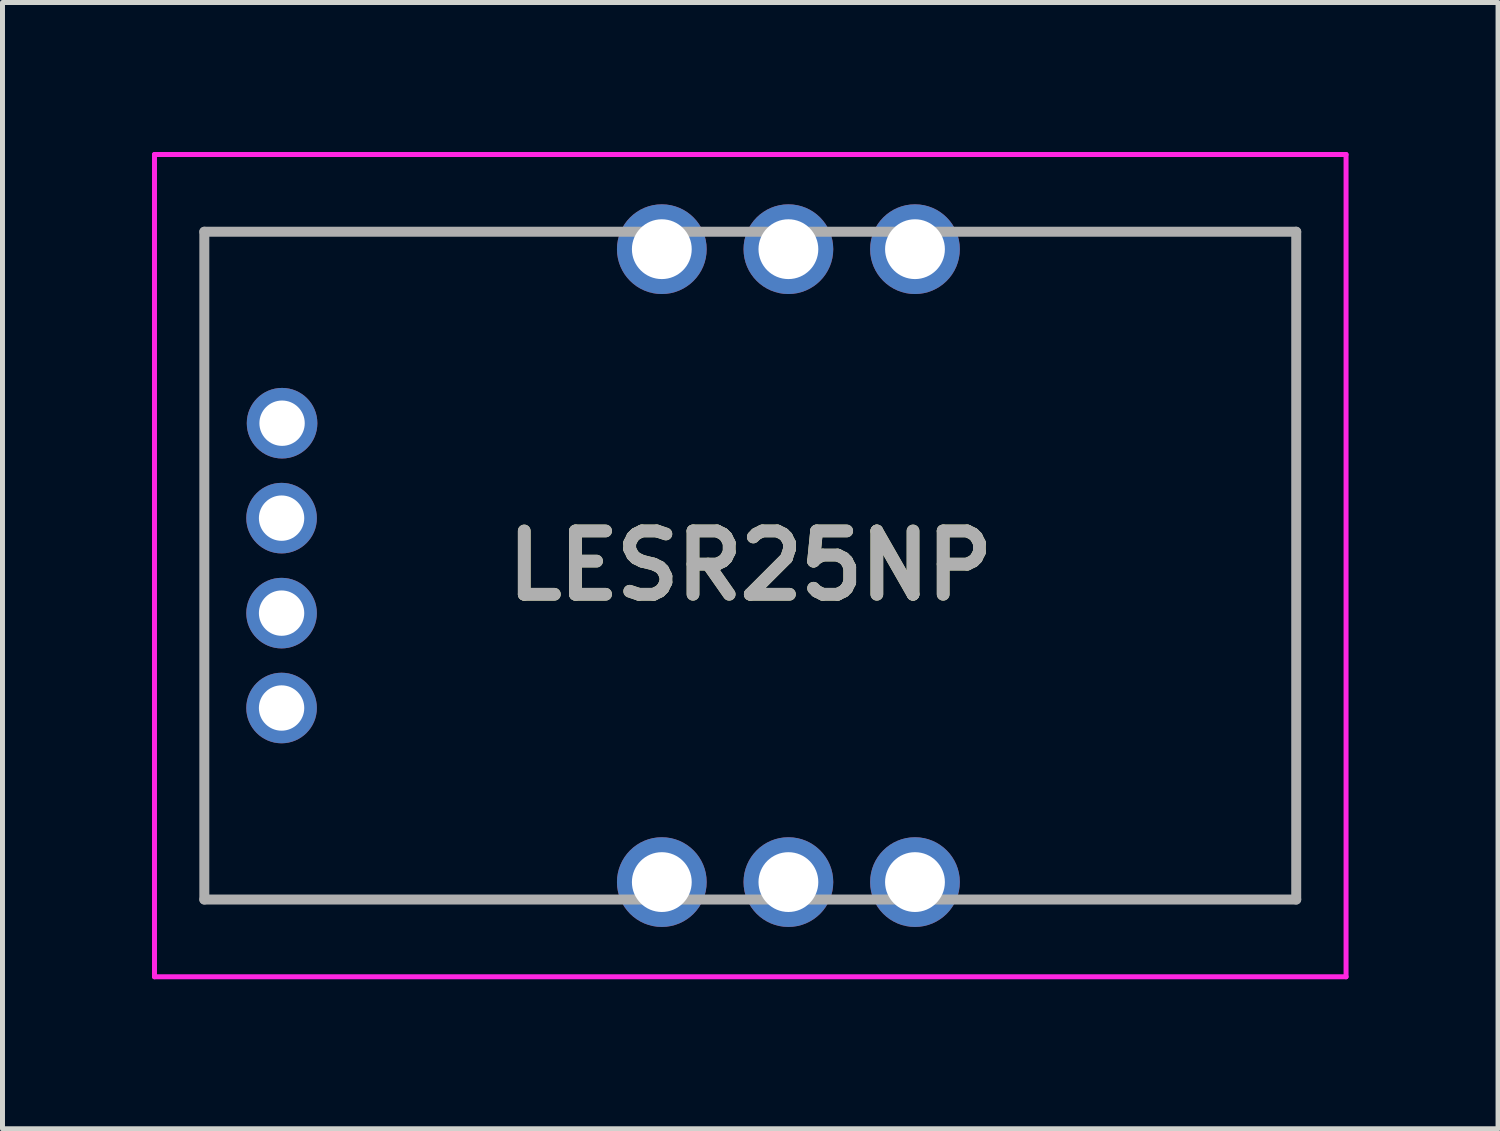
<source format=kicad_pcb>
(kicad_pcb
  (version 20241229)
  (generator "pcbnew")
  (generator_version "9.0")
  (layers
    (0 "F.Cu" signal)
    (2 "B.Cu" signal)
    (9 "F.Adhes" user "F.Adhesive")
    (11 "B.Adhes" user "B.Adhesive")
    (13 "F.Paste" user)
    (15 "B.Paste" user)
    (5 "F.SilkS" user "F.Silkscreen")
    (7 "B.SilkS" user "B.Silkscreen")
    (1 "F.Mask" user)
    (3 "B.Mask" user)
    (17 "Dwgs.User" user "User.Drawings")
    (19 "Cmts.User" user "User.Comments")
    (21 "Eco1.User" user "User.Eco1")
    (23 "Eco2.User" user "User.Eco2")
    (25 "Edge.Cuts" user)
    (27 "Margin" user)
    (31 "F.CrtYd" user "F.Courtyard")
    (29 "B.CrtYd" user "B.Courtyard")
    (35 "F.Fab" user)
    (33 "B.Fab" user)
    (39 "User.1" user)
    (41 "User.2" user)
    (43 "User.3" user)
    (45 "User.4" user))
  (footprint "LESR25NP"
    (layer "F.Cu")
    (at 10.23 1.95)
    (property "Reference" "LESR25NP" (at 1.775 6.35 0) (layer "F.SilkS") (effects (font (size 1.27 1.27) (thickness 0.254))))
    (attr through_hole)
    (fp_line (start -9.18 -0.35) (end -9.18 12.7) (stroke (width 0.1) (type solid)) (layer "F.SilkS"))
    (fp_line (start -9.18 12.7) (end -9.18 13.05) (stroke (width 0.1) (type solid)) (layer "F.SilkS"))
    (fp_line (start -9.18 13.05) (end -1.56 13.05) (stroke (width 0.1) (type solid)) (layer "F.SilkS"))
    (fp_line (start -1.56 -0.35) (end -9.18 -0.35) (stroke (width 0.1) (type solid)) (layer "F.SilkS"))
    (fp_line (start 6.64 -0.318) (end 12.73 -0.35) (stroke (width 0.1) (type solid)) (layer "F.SilkS"))
    (fp_line (start 12.73 -0.35) (end 12.73 13.05) (stroke (width 0.1) (type solid)) (layer "F.SilkS"))
    (fp_line (start 12.73 13.05) (end 6.64 13.05) (stroke (width 0.1) (type solid)) (layer "F.SilkS"))
    (fp_line (start -10.18 -1.9) (end 13.73 -1.9) (stroke (width 0.1) (type solid)) (layer "F.CrtYd"))
    (fp_line (start -10.18 14.6) (end -10.18 -1.9) (stroke (width 0.1) (type solid)) (layer "F.CrtYd"))
    (fp_line (start 13.73 -1.9) (end 13.73 14.6) (stroke (width 0.1) (type solid)) (layer "F.CrtYd"))
    (fp_line (start 13.73 14.6) (end -10.18 14.6) (stroke (width 0.1) (type solid)) (layer "F.CrtYd"))
    (fp_line (start -9.18 -0.35) (end 12.73 -0.35) (stroke (width 0.2) (type solid)) (layer "F.Fab"))
    (fp_line (start -9.18 13.05) (end -9.18 -0.35) (stroke (width 0.2) (type solid)) (layer "F.Fab"))
    (fp_line (start 12.73 -0.35) (end 12.73 13.05) (stroke (width 0.2) (type solid)) (layer "F.Fab"))
    (fp_line (start 12.73 13.05) (end -9.18 13.05) (stroke (width 0.2) (type solid)) (layer "F.Fab"))
    (fp_text user "${REFERENCE}" (at 1.775 6.35 0) (layer "F.Fab") (effects (font (size 1.27 1.27) (thickness 0.254))))
    (pad "1" thru_hole circle (at 0 0) (size 1.8 1.8) (drill 1.2) (layers "*.Cu" "*.Mask"))
    (pad "2" thru_hole circle (at 2.54 0) (size 1.8 1.8) (drill 1.2) (layers "*.Cu" "*.Mask"))
    (pad "3" thru_hole circle (at 5.08 0) (size 1.8 1.8) (drill 1.2) (layers "*.Cu" "*.Mask"))
    (pad "8" thru_hole circle (at 5.08 12.7) (size 1.8 1.8) (drill 1.2) (layers "*.Cu" "*.Mask"))
    (pad "9" thru_hole circle (at 2.54 12.7) (size 1.8 1.8) (drill 1.2) (layers "*.Cu" "*.Mask"))
    (pad "10" thru_hole circle (at 0 12.7) (size 1.8 1.8) (drill 1.2) (layers "*.Cu" "*.Mask"))
    (pad "11" thru_hole circle (at -7.63 9.207) (size 1.416 1.416) (drill 0.91) (layers "*.Cu" "*.Mask"))
    (pad "12" thru_hole circle (at -7.63 7.303) (size 1.416 1.416) (drill 0.91) (layers "*.Cu" "*.Mask"))
    (pad "13" thru_hole circle (at -7.63 5.397) (size 1.416 1.416) (drill 0.91) (layers "*.Cu" "*.Mask"))
    (pad "14" thru_hole circle (at -7.62 3.492) (size 1.416 1.416) (drill 0.91) (layers "*.Cu" "*.Mask")))
  (gr_rect
    (start -3 -3)
    (end 27.01 19.6)
    (stroke (width 0.1) (type default))
    (fill no)
    (layer "Edge.Cuts")))
</source>
